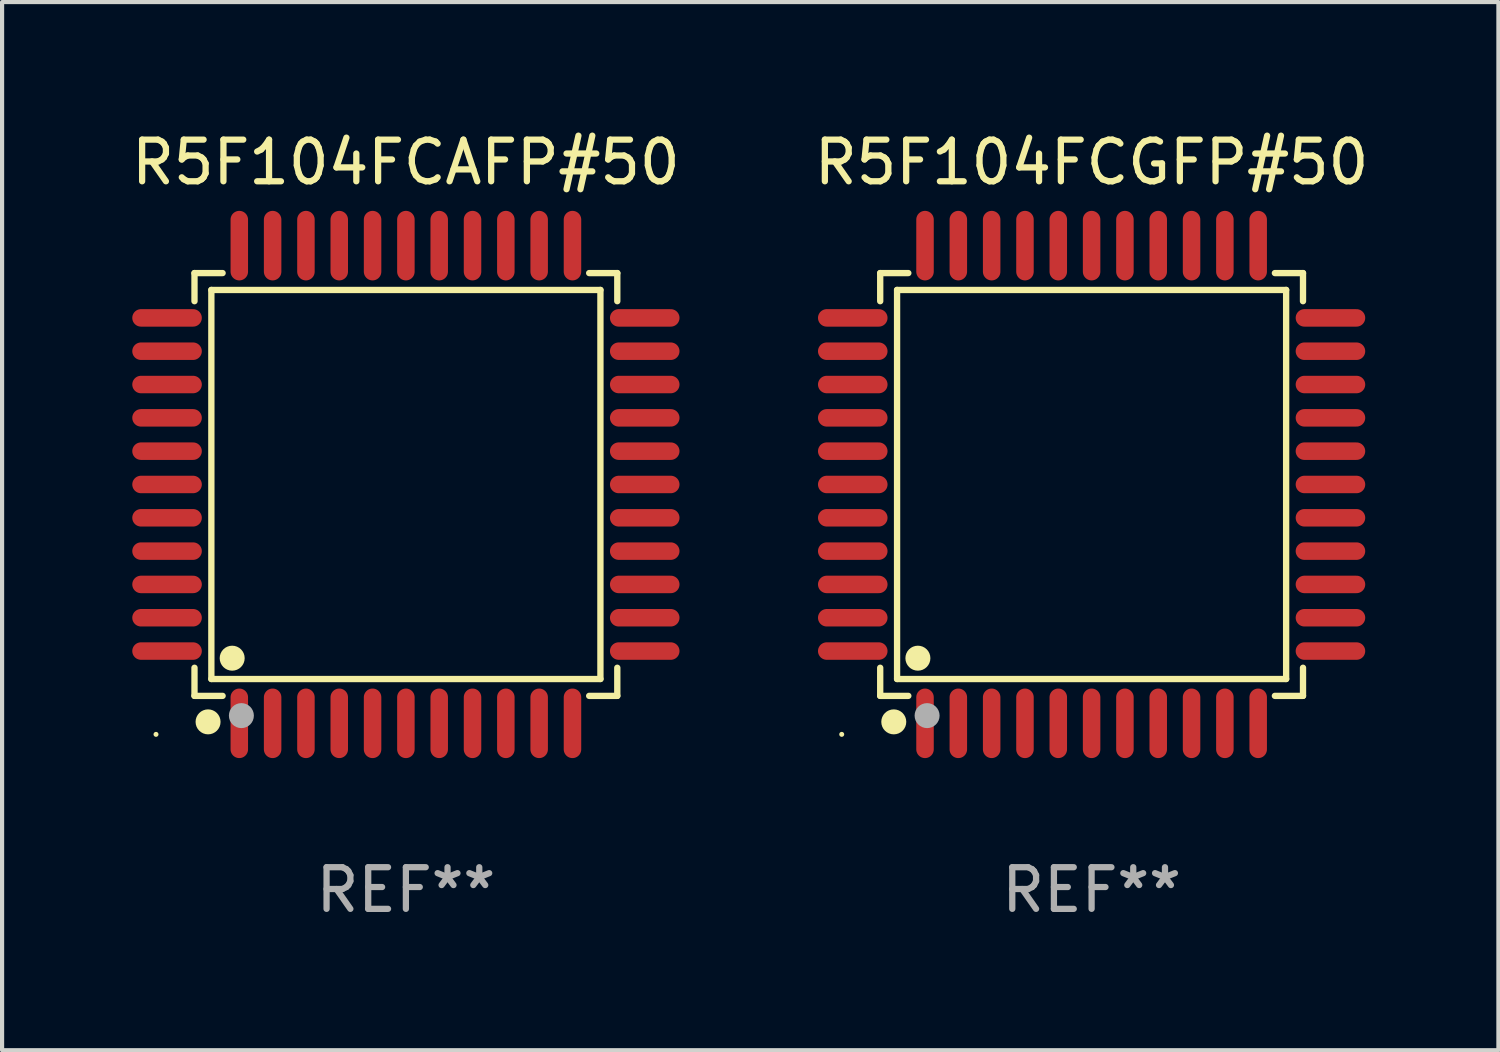
<source format=kicad_pcb>
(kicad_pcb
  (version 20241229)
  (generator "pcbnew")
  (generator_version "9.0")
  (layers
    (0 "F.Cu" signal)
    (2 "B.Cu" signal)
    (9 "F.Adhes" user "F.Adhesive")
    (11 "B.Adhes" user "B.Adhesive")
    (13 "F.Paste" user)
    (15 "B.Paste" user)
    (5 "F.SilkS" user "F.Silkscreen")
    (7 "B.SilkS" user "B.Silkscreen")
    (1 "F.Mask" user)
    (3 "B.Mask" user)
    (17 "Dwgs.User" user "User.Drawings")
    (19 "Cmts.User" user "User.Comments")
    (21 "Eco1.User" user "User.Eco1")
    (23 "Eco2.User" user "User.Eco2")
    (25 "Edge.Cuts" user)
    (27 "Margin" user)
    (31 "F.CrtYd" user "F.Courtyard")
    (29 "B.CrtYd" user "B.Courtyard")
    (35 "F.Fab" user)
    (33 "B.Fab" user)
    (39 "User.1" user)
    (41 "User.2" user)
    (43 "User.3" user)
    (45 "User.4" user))
  (footprint "R5F104FCGFP#50"
    (layer "F.Cu")
    (at 23.161 8.583)
    (property "Reference" "R5F104FCGFP#50" (at 0 -7.735 0) (layer "F.SilkS") (effects (font (size 1 1) (thickness 0.15))))
    (attr through_hole)
    (fp_line (start -5.076 -5.076) (end -4.401 -5.076) (stroke (width 0.152) (type solid)) (layer "F.SilkS"))
    (fp_line (start -5.076 -4.401) (end -5.076 -5.076) (stroke (width 0.152) (type solid)) (layer "F.SilkS"))
    (fp_line (start -5.076 4.401) (end -5.076 5.076) (stroke (width 0.152) (type solid)) (layer "F.SilkS"))
    (fp_line (start -5.076 5.076) (end -4.401 5.076) (stroke (width 0.152) (type solid)) (layer "F.SilkS"))
    (fp_line (start -4.671 -4.671) (end 4.671 -4.671) (stroke (width 0.152) (type solid)) (layer "F.SilkS"))
    (fp_line (start -4.671 4.671) (end -4.671 -4.671) (stroke (width 0.152) (type solid)) (layer "F.SilkS"))
    (fp_line (start 4.671 -4.671) (end 4.671 4.671) (stroke (width 0.152) (type solid)) (layer "F.SilkS"))
    (fp_line (start 4.671 4.671) (end -4.671 4.671) (stroke (width 0.152) (type solid)) (layer "F.SilkS"))
    (fp_line (start 5.076 -5.076) (end 4.401 -5.076) (stroke (width 0.152) (type solid)) (layer "F.SilkS"))
    (fp_line (start 5.076 -4.401) (end 5.076 -5.076) (stroke (width 0.152) (type solid)) (layer "F.SilkS"))
    (fp_line (start 5.076 4.401) (end 5.076 5.076) (stroke (width 0.152) (type solid)) (layer "F.SilkS"))
    (fp_line (start 5.076 5.076) (end 4.401 5.076) (stroke (width 0.152) (type solid)) (layer "F.SilkS"))
    (fp_circle (center -6 6) (end -5.97 6) (stroke (width 0.06) (type solid)) (fill no) (layer "F.SilkS"))
    (fp_circle (center -4.75 5.7) (end -4.6 5.7) (stroke (width 0.3) (type solid)) (fill no) (layer "F.SilkS"))
    (fp_circle (center -4.171 4.171) (end -4.021 4.171) (stroke (width 0.3) (type solid)) (fill no) (layer "F.SilkS"))
    (fp_circle (center -3.95 5.55) (end -3.8 5.55) (stroke (width 0.3) (type solid)) (fill no) (layer "F.Fab"))
    (fp_text user "REF**" (at 0 9.735 0) (layer "F.Fab") (effects (font (size 1 1) (thickness 0.15))))
    (pad "1" smd oval (at -4 5.735) (size 0.42 1.67) (layers "F.Cu" "F.Mask" "F.Paste"))
    (pad "2" smd oval (at -3.2 5.735) (size 0.42 1.67) (layers "F.Cu" "F.Mask" "F.Paste"))
    (pad "3" smd oval (at -2.4 5.735) (size 0.42 1.67) (layers "F.Cu" "F.Mask" "F.Paste"))
    (pad "4" smd oval (at -1.6 5.735) (size 0.42 1.67) (layers "F.Cu" "F.Mask" "F.Paste"))
    (pad "5" smd oval (at -0.8 5.735) (size 0.42 1.67) (layers "F.Cu" "F.Mask" "F.Paste"))
    (pad "6" smd oval (at 0 5.735) (size 0.42 1.67) (layers "F.Cu" "F.Mask" "F.Paste"))
    (pad "7" smd oval (at 0.8 5.735) (size 0.42 1.67) (layers "F.Cu" "F.Mask" "F.Paste"))
    (pad "8" smd oval (at 1.6 5.735) (size 0.42 1.67) (layers "F.Cu" "F.Mask" "F.Paste"))
    (pad "9" smd oval (at 2.4 5.735) (size 0.42 1.67) (layers "F.Cu" "F.Mask" "F.Paste"))
    (pad "10" smd oval (at 3.2 5.735) (size 0.42 1.67) (layers "F.Cu" "F.Mask" "F.Paste"))
    (pad "11" smd oval (at 4 5.735) (size 0.42 1.67) (layers "F.Cu" "F.Mask" "F.Paste"))
    (pad "12" smd oval (at 5.735 4) (size 1.67 0.42) (layers "F.Cu" "F.Mask" "F.Paste"))
    (pad "13" smd oval (at 5.735 3.2) (size 1.67 0.42) (layers "F.Cu" "F.Mask" "F.Paste"))
    (pad "14" smd oval (at 5.735 2.4) (size 1.67 0.42) (layers "F.Cu" "F.Mask" "F.Paste"))
    (pad "15" smd oval (at 5.735 1.6) (size 1.67 0.42) (layers "F.Cu" "F.Mask" "F.Paste"))
    (pad "16" smd oval (at 5.735 0.8) (size 1.67 0.42) (layers "F.Cu" "F.Mask" "F.Paste"))
    (pad "17" smd oval (at 5.735 0) (size 1.67 0.42) (layers "F.Cu" "F.Mask" "F.Paste"))
    (pad "18" smd oval (at 5.735 -0.8) (size 1.67 0.42) (layers "F.Cu" "F.Mask" "F.Paste"))
    (pad "19" smd oval (at 5.735 -1.6) (size 1.67 0.42) (layers "F.Cu" "F.Mask" "F.Paste"))
    (pad "20" smd oval (at 5.735 -2.4) (size 1.67 0.42) (layers "F.Cu" "F.Mask" "F.Paste"))
    (pad "21" smd oval (at 5.735 -3.2) (size 1.67 0.42) (layers "F.Cu" "F.Mask" "F.Paste"))
    (pad "22" smd oval (at 5.735 -4) (size 1.67 0.42) (layers "F.Cu" "F.Mask" "F.Paste"))
    (pad "23" smd oval (at 4 -5.735) (size 0.42 1.67) (layers "F.Cu" "F.Mask" "F.Paste"))
    (pad "24" smd oval (at 3.2 -5.735) (size 0.42 1.67) (layers "F.Cu" "F.Mask" "F.Paste"))
    (pad "25" smd oval (at 2.4 -5.735) (size 0.42 1.67) (layers "F.Cu" "F.Mask" "F.Paste"))
    (pad "26" smd oval (at 1.6 -5.735) (size 0.42 1.67) (layers "F.Cu" "F.Mask" "F.Paste"))
    (pad "27" smd oval (at 0.8 -5.735) (size 0.42 1.67) (layers "F.Cu" "F.Mask" "F.Paste"))
    (pad "28" smd oval (at 0 -5.735) (size 0.42 1.67) (layers "F.Cu" "F.Mask" "F.Paste"))
    (pad "29" smd oval (at -0.8 -5.735) (size 0.42 1.67) (layers "F.Cu" "F.Mask" "F.Paste"))
    (pad "30" smd oval (at -1.6 -5.735) (size 0.42 1.67) (layers "F.Cu" "F.Mask" "F.Paste"))
    (pad "31" smd oval (at -2.4 -5.735) (size 0.42 1.67) (layers "F.Cu" "F.Mask" "F.Paste"))
    (pad "32" smd oval (at -3.2 -5.735) (size 0.42 1.67) (layers "F.Cu" "F.Mask" "F.Paste"))
    (pad "33" smd oval (at -4 -5.735) (size 0.42 1.67) (layers "F.Cu" "F.Mask" "F.Paste"))
    (pad "34" smd oval (at -5.735 -4) (size 1.67 0.42) (layers "F.Cu" "F.Mask" "F.Paste"))
    (pad "35" smd oval (at -5.735 -3.2) (size 1.67 0.42) (layers "F.Cu" "F.Mask" "F.Paste"))
    (pad "36" smd oval (at -5.735 -2.4) (size 1.67 0.42) (layers "F.Cu" "F.Mask" "F.Paste"))
    (pad "37" smd oval (at -5.735 -1.6) (size 1.67 0.42) (layers "F.Cu" "F.Mask" "F.Paste"))
    (pad "38" smd oval (at -5.735 -0.8) (size 1.67 0.42) (layers "F.Cu" "F.Mask" "F.Paste"))
    (pad "39" smd oval (at -5.735 0) (size 1.67 0.42) (layers "F.Cu" "F.Mask" "F.Paste"))
    (pad "40" smd oval (at -5.735 0.8) (size 1.67 0.42) (layers "F.Cu" "F.Mask" "F.Paste"))
    (pad "41" smd oval (at -5.735 1.6) (size 1.67 0.42) (layers "F.Cu" "F.Mask" "F.Paste"))
    (pad "42" smd oval (at -5.735 2.4) (size 1.67 0.42) (layers "F.Cu" "F.Mask" "F.Paste"))
    (pad "43" smd oval (at -5.735 3.2) (size 1.67 0.42) (layers "F.Cu" "F.Mask" "F.Paste"))
    (pad "44" smd oval (at -5.735 4) (size 1.67 0.42) (layers "F.Cu" "F.Mask" "F.Paste")))
  (footprint "R5F104FCAFP#50"
    (layer "F.Cu")
    (at 6.696 8.583)
    (property "Reference" "R5F104FCAFP#50" (at 0 -7.735 0) (layer "F.SilkS") (effects (font (size 1 1) (thickness 0.15))))
    (attr through_hole)
    (fp_line (start -5.076 -5.076) (end -4.401 -5.076) (stroke (width 0.152) (type solid)) (layer "F.SilkS"))
    (fp_line (start -5.076 -4.401) (end -5.076 -5.076) (stroke (width 0.152) (type solid)) (layer "F.SilkS"))
    (fp_line (start -5.076 4.401) (end -5.076 5.076) (stroke (width 0.152) (type solid)) (layer "F.SilkS"))
    (fp_line (start -5.076 5.076) (end -4.401 5.076) (stroke (width 0.152) (type solid)) (layer "F.SilkS"))
    (fp_line (start -4.671 -4.671) (end 4.671 -4.671) (stroke (width 0.152) (type solid)) (layer "F.SilkS"))
    (fp_line (start -4.671 4.671) (end -4.671 -4.671) (stroke (width 0.152) (type solid)) (layer "F.SilkS"))
    (fp_line (start 4.671 -4.671) (end 4.671 4.671) (stroke (width 0.152) (type solid)) (layer "F.SilkS"))
    (fp_line (start 4.671 4.671) (end -4.671 4.671) (stroke (width 0.152) (type solid)) (layer "F.SilkS"))
    (fp_line (start 5.076 -5.076) (end 4.401 -5.076) (stroke (width 0.152) (type solid)) (layer "F.SilkS"))
    (fp_line (start 5.076 -4.401) (end 5.076 -5.076) (stroke (width 0.152) (type solid)) (layer "F.SilkS"))
    (fp_line (start 5.076 4.401) (end 5.076 5.076) (stroke (width 0.152) (type solid)) (layer "F.SilkS"))
    (fp_line (start 5.076 5.076) (end 4.401 5.076) (stroke (width 0.152) (type solid)) (layer "F.SilkS"))
    (fp_circle (center -6 6) (end -5.97 6) (stroke (width 0.06) (type solid)) (fill no) (layer "F.SilkS"))
    (fp_circle (center -4.75 5.7) (end -4.6 5.7) (stroke (width 0.3) (type solid)) (fill no) (layer "F.SilkS"))
    (fp_circle (center -4.171 4.171) (end -4.021 4.171) (stroke (width 0.3) (type solid)) (fill no) (layer "F.SilkS"))
    (fp_circle (center -3.95 5.55) (end -3.8 5.55) (stroke (width 0.3) (type solid)) (fill no) (layer "F.Fab"))
    (fp_text user "REF**" (at 0 9.735 0) (layer "F.Fab") (effects (font (size 1 1) (thickness 0.15))))
    (pad "1" smd oval (at -4 5.735) (size 0.42 1.67) (layers "F.Cu" "F.Mask" "F.Paste"))
    (pad "2" smd oval (at -3.2 5.735) (size 0.42 1.67) (layers "F.Cu" "F.Mask" "F.Paste"))
    (pad "3" smd oval (at -2.4 5.735) (size 0.42 1.67) (layers "F.Cu" "F.Mask" "F.Paste"))
    (pad "4" smd oval (at -1.6 5.735) (size 0.42 1.67) (layers "F.Cu" "F.Mask" "F.Paste"))
    (pad "5" smd oval (at -0.8 5.735) (size 0.42 1.67) (layers "F.Cu" "F.Mask" "F.Paste"))
    (pad "6" smd oval (at 0 5.735) (size 0.42 1.67) (layers "F.Cu" "F.Mask" "F.Paste"))
    (pad "7" smd oval (at 0.8 5.735) (size 0.42 1.67) (layers "F.Cu" "F.Mask" "F.Paste"))
    (pad "8" smd oval (at 1.6 5.735) (size 0.42 1.67) (layers "F.Cu" "F.Mask" "F.Paste"))
    (pad "9" smd oval (at 2.4 5.735) (size 0.42 1.67) (layers "F.Cu" "F.Mask" "F.Paste"))
    (pad "10" smd oval (at 3.2 5.735) (size 0.42 1.67) (layers "F.Cu" "F.Mask" "F.Paste"))
    (pad "11" smd oval (at 4 5.735) (size 0.42 1.67) (layers "F.Cu" "F.Mask" "F.Paste"))
    (pad "12" smd oval (at 5.735 4) (size 1.67 0.42) (layers "F.Cu" "F.Mask" "F.Paste"))
    (pad "13" smd oval (at 5.735 3.2) (size 1.67 0.42) (layers "F.Cu" "F.Mask" "F.Paste"))
    (pad "14" smd oval (at 5.735 2.4) (size 1.67 0.42) (layers "F.Cu" "F.Mask" "F.Paste"))
    (pad "15" smd oval (at 5.735 1.6) (size 1.67 0.42) (layers "F.Cu" "F.Mask" "F.Paste"))
    (pad "16" smd oval (at 5.735 0.8) (size 1.67 0.42) (layers "F.Cu" "F.Mask" "F.Paste"))
    (pad "17" smd oval (at 5.735 0) (size 1.67 0.42) (layers "F.Cu" "F.Mask" "F.Paste"))
    (pad "18" smd oval (at 5.735 -0.8) (size 1.67 0.42) (layers "F.Cu" "F.Mask" "F.Paste"))
    (pad "19" smd oval (at 5.735 -1.6) (size 1.67 0.42) (layers "F.Cu" "F.Mask" "F.Paste"))
    (pad "20" smd oval (at 5.735 -2.4) (size 1.67 0.42) (layers "F.Cu" "F.Mask" "F.Paste"))
    (pad "21" smd oval (at 5.735 -3.2) (size 1.67 0.42) (layers "F.Cu" "F.Mask" "F.Paste"))
    (pad "22" smd oval (at 5.735 -4) (size 1.67 0.42) (layers "F.Cu" "F.Mask" "F.Paste"))
    (pad "23" smd oval (at 4 -5.735) (size 0.42 1.67) (layers "F.Cu" "F.Mask" "F.Paste"))
    (pad "24" smd oval (at 3.2 -5.735) (size 0.42 1.67) (layers "F.Cu" "F.Mask" "F.Paste"))
    (pad "25" smd oval (at 2.4 -5.735) (size 0.42 1.67) (layers "F.Cu" "F.Mask" "F.Paste"))
    (pad "26" smd oval (at 1.6 -5.735) (size 0.42 1.67) (layers "F.Cu" "F.Mask" "F.Paste"))
    (pad "27" smd oval (at 0.8 -5.735) (size 0.42 1.67) (layers "F.Cu" "F.Mask" "F.Paste"))
    (pad "28" smd oval (at 0 -5.735) (size 0.42 1.67) (layers "F.Cu" "F.Mask" "F.Paste"))
    (pad "29" smd oval (at -0.8 -5.735) (size 0.42 1.67) (layers "F.Cu" "F.Mask" "F.Paste"))
    (pad "30" smd oval (at -1.6 -5.735) (size 0.42 1.67) (layers "F.Cu" "F.Mask" "F.Paste"))
    (pad "31" smd oval (at -2.4 -5.735) (size 0.42 1.67) (layers "F.Cu" "F.Mask" "F.Paste"))
    (pad "32" smd oval (at -3.2 -5.735) (size 0.42 1.67) (layers "F.Cu" "F.Mask" "F.Paste"))
    (pad "33" smd oval (at -4 -5.735) (size 0.42 1.67) (layers "F.Cu" "F.Mask" "F.Paste"))
    (pad "34" smd oval (at -5.735 -4) (size 1.67 0.42) (layers "F.Cu" "F.Mask" "F.Paste"))
    (pad "35" smd oval (at -5.735 -3.2) (size 1.67 0.42) (layers "F.Cu" "F.Mask" "F.Paste"))
    (pad "36" smd oval (at -5.735 -2.4) (size 1.67 0.42) (layers "F.Cu" "F.Mask" "F.Paste"))
    (pad "37" smd oval (at -5.735 -1.6) (size 1.67 0.42) (layers "F.Cu" "F.Mask" "F.Paste"))
    (pad "38" smd oval (at -5.735 -0.8) (size 1.67 0.42) (layers "F.Cu" "F.Mask" "F.Paste"))
    (pad "39" smd oval (at -5.735 0) (size 1.67 0.42) (layers "F.Cu" "F.Mask" "F.Paste"))
    (pad "40" smd oval (at -5.735 0.8) (size 1.67 0.42) (layers "F.Cu" "F.Mask" "F.Paste"))
    (pad "41" smd oval (at -5.735 1.6) (size 1.67 0.42) (layers "F.Cu" "F.Mask" "F.Paste"))
    (pad "42" smd oval (at -5.735 2.4) (size 1.67 0.42) (layers "F.Cu" "F.Mask" "F.Paste"))
    (pad "43" smd oval (at -5.735 3.2) (size 1.67 0.42) (layers "F.Cu" "F.Mask" "F.Paste"))
    (pad "44" smd oval (at -5.735 4) (size 1.67 0.42) (layers "F.Cu" "F.Mask" "F.Paste")))
  (gr_rect
    (start -3 -3)
    (end 32.929 22.167)
    (stroke (width 0.1) (type default))
    (fill no)
    (layer "Edge.Cuts")))
</source>
